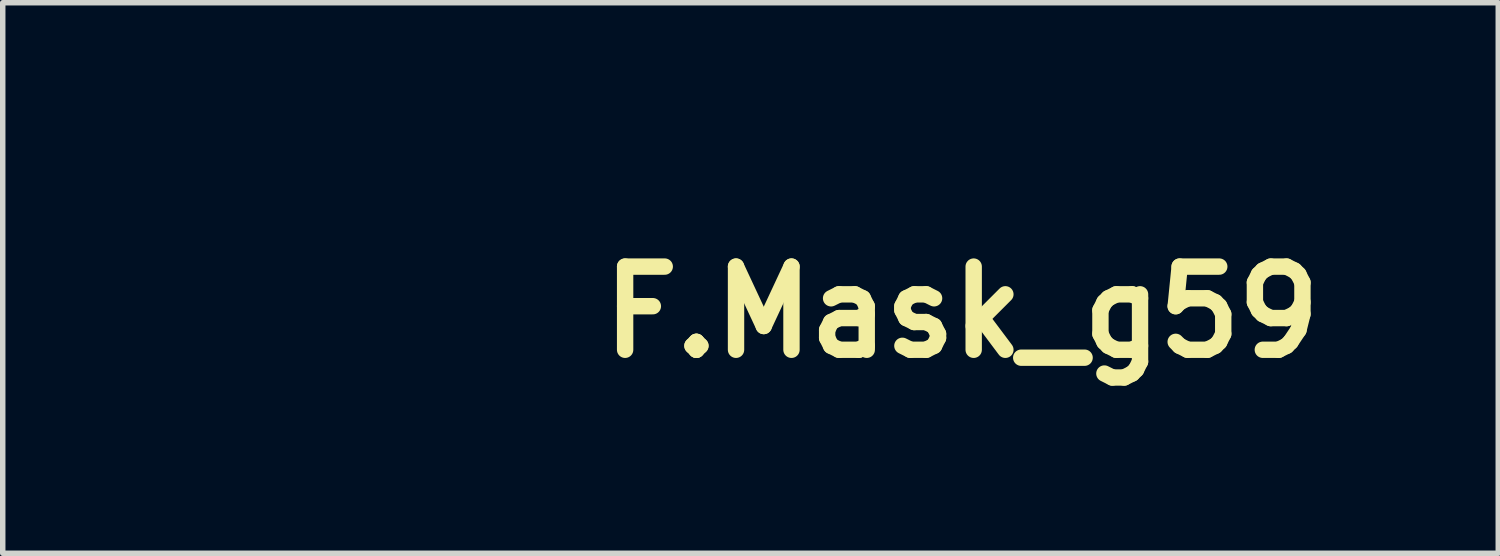
<source format=kicad_pcb>
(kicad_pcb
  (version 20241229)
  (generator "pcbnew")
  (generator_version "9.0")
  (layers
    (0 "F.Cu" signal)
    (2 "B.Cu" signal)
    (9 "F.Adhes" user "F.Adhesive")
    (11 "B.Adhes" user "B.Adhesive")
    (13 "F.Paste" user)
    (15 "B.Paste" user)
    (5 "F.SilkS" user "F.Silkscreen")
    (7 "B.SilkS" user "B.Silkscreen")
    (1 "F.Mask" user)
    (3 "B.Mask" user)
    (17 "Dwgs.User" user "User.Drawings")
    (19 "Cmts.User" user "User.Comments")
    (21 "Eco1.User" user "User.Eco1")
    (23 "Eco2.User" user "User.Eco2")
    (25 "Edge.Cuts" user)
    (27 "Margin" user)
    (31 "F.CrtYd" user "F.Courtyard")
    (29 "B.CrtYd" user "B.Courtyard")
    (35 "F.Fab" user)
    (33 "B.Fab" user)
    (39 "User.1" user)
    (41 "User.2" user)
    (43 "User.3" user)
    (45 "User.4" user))
  (footprint "F.Mask_g59"
    (layer "F.Cu")
    (at 14.572 2.669)
    (property "Reference" "F.Mask_g59" (at 0 0 0) (layer "F.SilkS") (effects (font (size 1.524 1.524) (thickness 0.3))))
    (attr through_hole)
    (fp_poly (pts (xy -7.929 -1.055) (xy -7.787 -1.044) (xy -7.656 -1.025) (xy -7.546 -1) (xy -7.467 -0.968) (xy -7.457 -0.962) (xy -7.415 -0.919) (xy -7.413 -0.876) (xy -7.45 -0.836) (xy -7.514 -0.808) (xy -7.573 -0.796) (xy -7.665 -0.786) (xy -7.78 -0.778) (xy -7.909 -0.773) (xy -8.042 -0.769) (xy -8.169 -0.769) (xy -8.28 -0.772) (xy -8.368 -0.778) (xy -8.412 -0.785) (xy -8.491 -0.811) (xy -8.535 -0.844) (xy -8.551 -0.891) (xy -8.551 -0.902) (xy -8.536 -0.946) (xy -8.486 -0.984) (xy -8.399 -1.016) (xy -8.323 -1.035) (xy -8.206 -1.051) (xy -8.072 -1.058) (xy -7.929 -1.055)) (stroke (width 0.01) (type solid)) (fill yes) (layer "F.Mask"))
    (fp_poly (pts (xy -5.574 -2.539) (xy -5.52 -2.462) (xy -5.498 -2.415) (xy -5.486 -2.384) (xy -5.477 -2.354) (xy -5.469 -2.321) (xy -5.463 -2.279) (xy -5.458 -2.225) (xy -5.455 -2.153) (xy -5.453 -2.061) (xy -5.451 -1.942) (xy -5.451 -1.793) (xy -5.45 -1.61) (xy -5.45 -1.445) (xy -5.45 -1.259) (xy -5.449 -1.088) (xy -5.448 -0.935) (xy -5.447 -0.805) (xy -5.445 -0.702) (xy -5.443 -0.631) (xy -5.441 -0.596) (xy -5.44 -0.593) (xy -5.416 -0.599) (xy -5.362 -0.615) (xy -5.289 -0.638) (xy -5.271 -0.644) (xy -5.098 -0.689) (xy -4.951 -0.71) (xy -4.832 -0.706) (xy -4.742 -0.676) (xy -4.689 -0.63) (xy -4.664 -0.563) (xy -4.658 -0.479) (xy -4.674 -0.395) (xy -4.687 -0.362) (xy -4.738 -0.292) (xy -4.816 -0.216) (xy -4.911 -0.145) (xy -4.993 -0.096) (xy -5.102 -0.049) (xy -5.227 -0.006) (xy -5.357 0.03) (xy -5.484 0.056) (xy -5.596 0.071) (xy -5.684 0.072) (xy -5.715 0.067) (xy -5.785 0.041) (xy -5.83 0.003) (xy -5.86 -0.061) (xy -5.874 -0.115) (xy -5.904 -0.276) (xy -5.927 -0.464) (xy -5.943 -0.673) (xy -5.952 -0.897) (xy -5.955 -1.129) (xy -5.95 -1.362) (xy -5.94 -1.591) (xy -5.924 -1.809) (xy -5.901 -2.01) (xy -5.873 -2.188) (xy -5.839 -2.336) (xy -5.802 -2.445) (xy -5.751 -2.529) (xy -5.694 -2.572) (xy -5.633 -2.575) (xy -5.574 -2.539)) (stroke (width 0.01) (type solid)) (fill yes) (layer "F.Mask"))
    (fp_poly (pts (xy -11.194 -2.083) (xy -11.083 -2.037) (xy -10.988 -1.96) (xy -10.912 -1.854) (xy -10.86 -1.724) (xy -10.836 -1.574) (xy -10.835 -1.529) (xy -10.854 -1.34) (xy -10.909 -1.17) (xy -10.998 -1.022) (xy -11.117 -0.898) (xy -11.264 -0.804) (xy -11.391 -0.754) (xy -11.442 -0.737) (xy -11.459 -0.719) (xy -11.451 -0.69) (xy -11.445 -0.678) (xy -11.396 -0.617) (xy -11.328 -0.581) (xy -11.258 -0.578) (xy -11.256 -0.579) (xy -11.212 -0.599) (xy -11.15 -0.638) (xy -11.086 -0.687) (xy -10.999 -0.752) (xy -10.934 -0.787) (xy -10.881 -0.795) (xy -10.832 -0.777) (xy -10.803 -0.755) (xy -10.764 -0.714) (xy -10.747 -0.669) (xy -10.746 -0.607) (xy -10.757 -0.526) (xy -10.782 -0.44) (xy -10.792 -0.414) (xy -10.843 -0.327) (xy -10.918 -0.232) (xy -11.005 -0.144) (xy -11.092 -0.073) (xy -11.143 -0.043) (xy -11.245 -0.011) (xy -11.359 -0.002) (xy -11.466 -0.016) (xy -11.504 -0.029) (xy -11.591 -0.087) (xy -11.678 -0.179) (xy -11.759 -0.298) (xy -11.83 -0.436) (xy -11.884 -0.585) (xy -11.898 -0.635) (xy -11.916 -0.745) (xy -11.925 -0.883) (xy -11.924 -1.036) (xy -11.915 -1.19) (xy -11.904 -1.278) (xy -11.472 -1.278) (xy -11.47 -1.246) (xy -11.457 -1.237) (xy -11.42 -1.249) (xy -11.393 -1.259) (xy -11.325 -1.298) (xy -11.261 -1.35) (xy -11.253 -1.358) (xy -11.214 -1.409) (xy -11.201 -1.456) (xy -11.205 -1.499) (xy -11.219 -1.553) (xy -11.238 -1.586) (xy -11.241 -1.588) (xy -11.289 -1.596) (xy -11.344 -1.574) (xy -11.375 -1.547) (xy -11.407 -1.496) (xy -11.439 -1.422) (xy -11.463 -1.343) (xy -11.472 -1.278) (xy -11.472 -1.278) (xy -11.904 -1.278) (xy -11.897 -1.333) (xy -11.877 -1.429) (xy -11.819 -1.606) (xy -11.745 -1.763) (xy -11.66 -1.894) (xy -11.566 -1.994) (xy -11.468 -2.059) (xy -11.448 -2.067) (xy -11.317 -2.094) (xy -11.194 -2.083)) (stroke (width 0.01) (type solid)) (fill yes) (layer "F.Mask"))
    (fp_poly (pts (xy -3.56 -2.655) (xy -3.521 -2.629) (xy -3.51 -2.619) (xy -3.446 -2.533) (xy -3.417 -2.43) (xy -3.423 -2.324) (xy -3.43 -2.301) (xy -3.464 -2.239) (xy -3.526 -2.173) (xy -3.618 -2.099) (xy -3.743 -2.017) (xy -3.903 -1.925) (xy -4.079 -1.832) (xy -4.083 -1.811) (xy -4.09 -1.76) (xy -4.098 -1.688) (xy -4.098 -1.687) (xy -4.112 -1.544) (xy -3.977 -1.608) (xy -3.846 -1.658) (xy -3.737 -1.673) (xy -3.649 -1.655) (xy -3.586 -1.604) (xy -3.548 -1.521) (xy -3.541 -1.477) (xy -3.544 -1.376) (xy -3.578 -1.284) (xy -3.646 -1.199) (xy -3.75 -1.119) (xy -3.894 -1.039) (xy -3.953 -1.011) (xy -4.031 -0.974) (xy -4.079 -0.945) (xy -4.105 -0.917) (xy -4.117 -0.883) (xy -4.119 -0.873) (xy -4.124 -0.802) (xy -4.118 -0.729) (xy -4.118 -0.728) (xy -4.104 -0.679) (xy -4.085 -0.664) (xy -4.068 -0.668) (xy -4.034 -0.681) (xy -3.97 -0.705) (xy -3.887 -0.735) (xy -3.824 -0.758) (xy -3.71 -0.796) (xy -3.627 -0.815) (xy -3.565 -0.813) (xy -3.517 -0.791) (xy -3.475 -0.748) (xy -3.456 -0.722) (xy -3.42 -0.639) (xy -3.408 -0.544) (xy -3.42 -0.454) (xy -3.444 -0.402) (xy -3.505 -0.334) (xy -3.593 -0.26) (xy -3.7 -0.184) (xy -3.817 -0.111) (xy -3.935 -0.047) (xy -4.046 0.003) (xy -4.141 0.034) (xy -4.198 0.042) (xy -4.241 0.032) (xy -4.304 0.004) (xy -4.36 -0.026) (xy -4.428 -0.072) (xy -4.485 -0.12) (xy -4.513 -0.149) (xy -4.536 -0.191) (xy -4.555 -0.25) (xy -4.57 -0.33) (xy -4.582 -0.435) (xy -4.59 -0.568) (xy -4.596 -0.733) (xy -4.6 -0.934) (xy -4.601 -1.111) (xy -4.601 -1.302) (xy -4.6 -1.456) (xy -4.598 -1.582) (xy -4.594 -1.684) (xy -4.587 -1.769) (xy -4.579 -1.844) (xy -4.568 -1.916) (xy -4.564 -1.937) (xy -4.524 -2.12) (xy -4.481 -2.262) (xy -4.433 -2.362) (xy -4.397 -2.408) (xy -4.329 -2.456) (xy -4.228 -2.506) (xy -4.105 -2.554) (xy -3.968 -2.597) (xy -3.827 -2.633) (xy -3.692 -2.657) (xy -3.672 -2.659) (xy -3.604 -2.664) (xy -3.56 -2.655)) (stroke (width 0.01) (type solid)) (fill yes) (layer "F.Mask"))
    (fp_poly (pts (xy -9.604 -2.587) (xy -9.595 -2.577) (xy -9.562 -2.535) (xy -9.538 -2.486) (xy -9.52 -2.424) (xy -9.508 -2.342) (xy -9.501 -2.236) (xy -9.498 -2.098) (xy -9.498 -1.952) (xy -9.501 -1.543) (xy -9.44 -1.619) (xy -9.352 -1.74) (xy -9.271 -1.874) (xy -9.19 -2.033) (xy -9.151 -2.119) (xy -9.078 -2.273) (xy -9.01 -2.401) (xy -8.949 -2.498) (xy -8.897 -2.561) (xy -8.871 -2.581) (xy -8.795 -2.602) (xy -8.721 -2.59) (xy -8.678 -2.561) (xy -8.655 -2.53) (xy -8.642 -2.487) (xy -8.637 -2.42) (xy -8.636 -2.364) (xy -8.653 -2.175) (xy -8.701 -1.972) (xy -8.777 -1.765) (xy -8.877 -1.563) (xy -8.934 -1.469) (xy -9.018 -1.34) (xy -8.881 -1.019) (xy -8.805 -0.836) (xy -8.745 -0.685) (xy -8.699 -0.561) (xy -8.666 -0.458) (xy -8.644 -0.369) (xy -8.632 -0.289) (xy -8.626 -0.212) (xy -8.626 -0.183) (xy -8.627 -0.098) (xy -8.632 -0.043) (xy -8.645 -0.009) (xy -8.667 0.016) (xy -8.675 0.023) (xy -8.743 0.058) (xy -8.815 0.054) (xy -8.879 0.024) (xy -8.927 -0.015) (xy -8.975 -0.077) (xy -9.027 -0.166) (xy -9.084 -0.284) (xy -9.148 -0.437) (xy -9.209 -0.593) (xy -9.252 -0.706) (xy -9.29 -0.805) (xy -9.321 -0.883) (xy -9.341 -0.934) (xy -9.348 -0.95) (xy -9.367 -0.944) (xy -9.407 -0.918) (xy -9.426 -0.904) (xy -9.497 -0.849) (xy -9.512 -0.61) (xy -9.528 -0.419) (xy -9.552 -0.268) (xy -9.584 -0.152) (xy -9.626 -0.068) (xy -9.68 -0.013) (xy -9.723 0.009) (xy -9.802 0.017) (xy -9.878 -0.013) (xy -9.931 -0.064) (xy -9.963 -0.125) (xy -9.984 -0.212) (xy -9.996 -0.328) (xy -9.998 -0.478) (xy -9.991 -0.664) (xy -9.99 -0.681) (xy -9.984 -0.787) (xy -9.978 -0.926) (xy -9.971 -1.09) (xy -9.963 -1.271) (xy -9.956 -1.458) (xy -9.949 -1.644) (xy -9.948 -1.683) (xy -9.942 -1.852) (xy -9.935 -2.011) (xy -9.927 -2.153) (xy -9.919 -2.274) (xy -9.912 -2.366) (xy -9.905 -2.425) (xy -9.902 -2.44) (xy -9.861 -2.527) (xy -9.803 -2.589) (xy -9.736 -2.621) (xy -9.667 -2.622) (xy -9.604 -2.587)) (stroke (width 0.01) (type solid)) (fill yes) (layer "F.Mask"))
    (fp_poly (pts (xy -6.414 -2.584) (xy -6.293 -2.52) (xy -6.193 -2.426) (xy -6.121 -2.306) (xy -6.109 -2.274) (xy -6.077 -2.118) (xy -6.077 -1.948) (xy -6.108 -1.774) (xy -6.168 -1.608) (xy -6.255 -1.458) (xy -6.305 -1.395) (xy -6.385 -1.304) (xy -6.299 -1.239) (xy -6.21 -1.153) (xy -6.149 -1.044) (xy -6.113 -0.907) (xy -6.1 -0.781) (xy -6.108 -0.59) (xy -6.152 -0.422) (xy -6.231 -0.276) (xy -6.344 -0.155) (xy -6.491 -0.059) (xy -6.582 -0.019) (xy -6.719 0.019) (xy -6.864 0.035) (xy -7.002 0.029) (xy -7.101 0.006) (xy -7.138 -0.008) (xy -7.168 -0.023) (xy -7.194 -0.044) (xy -7.214 -0.073) (xy -7.23 -0.115) (xy -7.243 -0.172) (xy -7.252 -0.249) (xy -7.259 -0.349) (xy -7.263 -0.476) (xy -7.266 -0.633) (xy -7.266 -0.675) (xy -6.813 -0.675) (xy -6.805 -0.617) (xy -6.779 -0.596) (xy -6.733 -0.608) (xy -6.684 -0.638) (xy -6.636 -0.686) (xy -6.593 -0.75) (xy -6.562 -0.819) (xy -6.55 -0.877) (xy -6.553 -0.898) (xy -6.59 -0.943) (xy -6.645 -0.964) (xy -6.682 -0.96) (xy -6.745 -0.925) (xy -6.784 -0.867) (xy -6.805 -0.779) (xy -6.806 -0.771) (xy -6.813 -0.675) (xy -7.266 -0.675) (xy -7.268 -0.823) (xy -7.268 -1.051) (xy -7.269 -1.164) (xy -7.269 -1.414) (xy -7.269 -1.579) (xy -6.809 -1.579) (xy -6.807 -1.504) (xy -6.794 -1.466) (xy -6.769 -1.464) (xy -6.73 -1.494) (xy -6.681 -1.548) (xy -6.623 -1.631) (xy -6.576 -1.727) (xy -6.547 -1.821) (xy -6.54 -1.873) (xy -6.557 -1.93) (xy -6.598 -1.962) (xy -6.657 -1.965) (xy -6.723 -1.937) (xy -6.736 -1.927) (xy -6.761 -1.903) (xy -6.778 -1.871) (xy -6.79 -1.823) (xy -6.798 -1.747) (xy -6.803 -1.694) (xy -6.809 -1.579) (xy -7.269 -1.579) (xy -7.269 -1.625) (xy -7.267 -1.801) (xy -7.265 -1.946) (xy -7.26 -2.062) (xy -7.254 -2.154) (xy -7.247 -2.225) (xy -7.236 -2.279) (xy -7.223 -2.319) (xy -7.208 -2.349) (xy -7.189 -2.373) (xy -7.179 -2.382) (xy -7.111 -2.433) (xy -7.015 -2.487) (xy -6.905 -2.538) (xy -6.795 -2.58) (xy -6.699 -2.607) (xy -6.695 -2.607) (xy -6.55 -2.615) (xy -6.414 -2.584)) (stroke (width 0.01) (type solid)) (fill yes) (layer "F.Mask"))
    (fp_poly (pts (xy -12.919 -2.636) (xy -12.87 -2.573) (xy -12.833 -2.471) (xy -12.806 -2.33) (xy -12.79 -2.15) (xy -12.785 -1.935) (xy -12.785 -1.615) (xy -12.703 -1.693) (xy -12.607 -1.762) (xy -12.497 -1.804) (xy -12.388 -1.816) (xy -12.352 -1.811) (xy -12.274 -1.776) (xy -12.203 -1.703) (xy -12.146 -1.599) (xy -12.118 -1.517) (xy -12.098 -1.42) (xy -12.083 -1.293) (xy -12.074 -1.143) (xy -12.069 -0.979) (xy -12.069 -0.806) (xy -12.073 -0.634) (xy -12.082 -0.467) (xy -12.095 -0.316) (xy -12.111 -0.185) (xy -12.132 -0.084) (xy -12.152 -0.028) (xy -12.203 0.047) (xy -12.263 0.081) (xy -12.332 0.074) (xy -12.358 0.061) (xy -12.392 0.036) (xy -12.419 -0.001) (xy -12.44 -0.054) (xy -12.456 -0.129) (xy -12.469 -0.229) (xy -12.478 -0.361) (xy -12.486 -0.529) (xy -12.488 -0.584) (xy -12.496 -0.765) (xy -12.505 -0.907) (xy -12.518 -1.014) (xy -12.536 -1.089) (xy -12.559 -1.137) (xy -12.59 -1.161) (xy -12.63 -1.164) (xy -12.68 -1.151) (xy -12.697 -1.144) (xy -12.734 -1.125) (xy -12.763 -1.099) (xy -12.785 -1.06) (xy -12.802 -1.003) (xy -12.815 -0.921) (xy -12.827 -0.808) (xy -12.838 -0.66) (xy -12.839 -0.646) (xy -12.85 -0.492) (xy -12.86 -0.373) (xy -12.87 -0.283) (xy -12.881 -0.214) (xy -12.894 -0.16) (xy -12.911 -0.113) (xy -12.932 -0.066) (xy -12.936 -0.059) (xy -12.99 0.019) (xy -13.051 0.057) (xy -13.114 0.058) (xy -13.174 0.02) (xy -13.224 -0.053) (xy -13.251 -0.124) (xy -13.27 -0.218) (xy -13.284 -0.348) (xy -13.293 -0.507) (xy -13.298 -0.69) (xy -13.299 -0.891) (xy -13.295 -1.103) (xy -13.287 -1.32) (xy -13.275 -1.537) (xy -13.259 -1.746) (xy -13.239 -1.942) (xy -13.216 -2.119) (xy -13.215 -2.127) (xy -13.201 -2.212) (xy -13.295 -2.127) (xy -13.37 -2.068) (xy -13.46 -2.013) (xy -13.507 -1.989) (xy -13.626 -1.937) (xy -13.641 -1.789) (xy -13.645 -1.732) (xy -13.649 -1.639) (xy -13.653 -1.516) (xy -13.657 -1.37) (xy -13.66 -1.206) (xy -13.663 -1.031) (xy -13.664 -0.91) (xy -13.667 -0.686) (xy -13.672 -0.493) (xy -13.677 -0.335) (xy -13.683 -0.213) (xy -13.69 -0.129) (xy -13.697 -0.09) (xy -13.737 0.007) (xy -13.791 0.072) (xy -13.857 0.101) (xy -13.927 0.094) (xy -13.965 0.073) (xy -14.007 0.036) (xy -14.039 -0.012) (xy -14.062 -0.077) (xy -14.079 -0.168) (xy -14.092 -0.289) (xy -14.099 -0.391) (xy -14.103 -0.494) (xy -14.108 -0.631) (xy -14.111 -0.791) (xy -14.114 -0.965) (xy -14.116 -1.143) (xy -14.117 -1.286) (xy -14.118 -1.884) (xy -14.247 -1.884) (xy -14.363 -1.895) (xy -14.462 -1.925) (xy -14.533 -1.97) (xy -14.543 -1.981) (xy -14.566 -2.038) (xy -14.567 -2.114) (xy -14.547 -2.197) (xy -14.515 -2.259) (xy -14.439 -2.341) (xy -14.327 -2.415) (xy -14.184 -2.482) (xy -14.016 -2.537) (xy -13.829 -2.579) (xy -13.682 -2.6) (xy -13.516 -2.611) (xy -13.386 -2.604) (xy -13.289 -2.577) (xy -13.222 -2.531) (xy -13.186 -2.475) (xy -13.159 -2.409) (xy -13.122 -2.507) (xy -13.085 -2.592) (xy -13.051 -2.641) (xy -13.014 -2.662) (xy -12.979 -2.663) (xy -12.919 -2.636)) (stroke (width 0.01) (type solid)) (fill yes) (layer "F.Mask")))
  (gr_rect
    (start -3 -3)
    (end 24.401 7.087)
    (stroke (width 0.1) (type default))
    (fill no)
    (layer "Edge.Cuts")))
</source>
